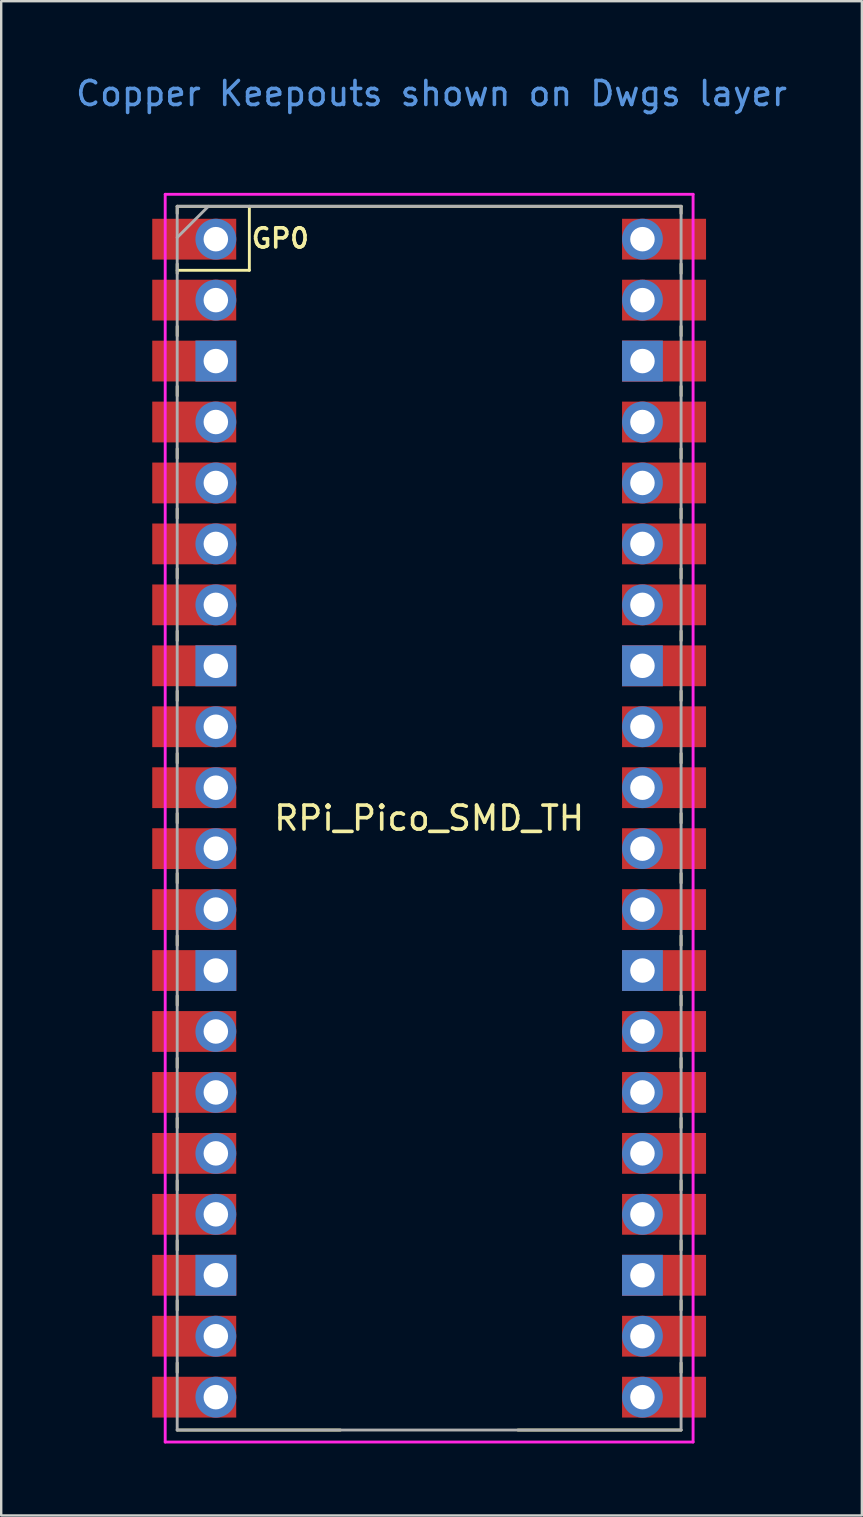
<source format=kicad_pcb>
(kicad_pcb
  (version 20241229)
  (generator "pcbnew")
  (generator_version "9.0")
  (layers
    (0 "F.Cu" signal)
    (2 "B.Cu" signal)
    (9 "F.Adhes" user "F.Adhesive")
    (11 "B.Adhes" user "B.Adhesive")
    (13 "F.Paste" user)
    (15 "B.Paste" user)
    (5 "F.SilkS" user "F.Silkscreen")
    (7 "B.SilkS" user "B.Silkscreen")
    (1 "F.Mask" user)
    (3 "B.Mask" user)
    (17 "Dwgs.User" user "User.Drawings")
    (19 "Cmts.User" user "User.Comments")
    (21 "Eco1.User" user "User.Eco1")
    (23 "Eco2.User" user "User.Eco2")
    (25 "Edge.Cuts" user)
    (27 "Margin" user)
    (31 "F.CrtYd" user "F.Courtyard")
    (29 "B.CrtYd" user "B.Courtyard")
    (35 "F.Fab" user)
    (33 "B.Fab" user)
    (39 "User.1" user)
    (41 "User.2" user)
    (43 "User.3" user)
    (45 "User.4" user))
  (footprint "RPi_Pico_SMD_TH"
    (layer "F.Cu")
    (at 14.835 31.048)
    (property "Reference" "RPi_Pico_SMD_TH" (at 0 0 0) (layer "F.SilkS") (effects (font (size 1 1) (thickness 0.15))))
    (attr through_hole)
    (fp_line (start -10.5 -25.5) (end -10.5 -25.2) (stroke (width 0.12) (type solid)) (layer "F.SilkS"))
    (fp_line (start -10.5 -25.5) (end 10.5 -25.5) (stroke (width 0.12) (type solid)) (layer "F.SilkS"))
    (fp_line (start -10.5 -23.1) (end -10.5 -22.7) (stroke (width 0.12) (type solid)) (layer "F.SilkS"))
    (fp_line (start -10.5 -22.833) (end -7.493 -22.833) (stroke (width 0.12) (type solid)) (layer "F.SilkS"))
    (fp_line (start -10.5 -20.5) (end -10.5 -20.1) (stroke (width 0.12) (type solid)) (layer "F.SilkS"))
    (fp_line (start -10.5 -18) (end -10.5 -17.6) (stroke (width 0.12) (type solid)) (layer "F.SilkS"))
    (fp_line (start -10.5 -15.4) (end -10.5 -15) (stroke (width 0.12) (type solid)) (layer "F.SilkS"))
    (fp_line (start -10.5 -12.9) (end -10.5 -12.5) (stroke (width 0.12) (type solid)) (layer "F.SilkS"))
    (fp_line (start -10.5 -10.4) (end -10.5 -10) (stroke (width 0.12) (type solid)) (layer "F.SilkS"))
    (fp_line (start -10.5 -7.8) (end -10.5 -7.4) (stroke (width 0.12) (type solid)) (layer "F.SilkS"))
    (fp_line (start -10.5 -5.3) (end -10.5 -4.9) (stroke (width 0.12) (type solid)) (layer "F.SilkS"))
    (fp_line (start -10.5 -2.7) (end -10.5 -2.3) (stroke (width 0.12) (type solid)) (layer "F.SilkS"))
    (fp_line (start -10.5 -0.2) (end -10.5 0.2) (stroke (width 0.12) (type solid)) (layer "F.SilkS"))
    (fp_line (start -10.5 2.3) (end -10.5 2.7) (stroke (width 0.12) (type solid)) (layer "F.SilkS"))
    (fp_line (start -10.5 4.9) (end -10.5 5.3) (stroke (width 0.12) (type solid)) (layer "F.SilkS"))
    (fp_line (start -10.5 7.4) (end -10.5 7.8) (stroke (width 0.12) (type solid)) (layer "F.SilkS"))
    (fp_line (start -10.5 10) (end -10.5 10.4) (stroke (width 0.12) (type solid)) (layer "F.SilkS"))
    (fp_line (start -10.5 12.5) (end -10.5 12.9) (stroke (width 0.12) (type solid)) (layer "F.SilkS"))
    (fp_line (start -10.5 15.1) (end -10.5 15.5) (stroke (width 0.12) (type solid)) (layer "F.SilkS"))
    (fp_line (start -10.5 17.6) (end -10.5 18) (stroke (width 0.12) (type solid)) (layer "F.SilkS"))
    (fp_line (start -10.5 20.1) (end -10.5 20.5) (stroke (width 0.12) (type solid)) (layer "F.SilkS"))
    (fp_line (start -10.5 22.7) (end -10.5 23.1) (stroke (width 0.12) (type solid)) (layer "F.SilkS"))
    (fp_line (start -7.493 -22.833) (end -7.493 -25.5) (stroke (width 0.12) (type solid)) (layer "F.SilkS"))
    (fp_line (start -3.7 25.5) (end -10.5 25.5) (stroke (width 0.12) (type solid)) (layer "F.SilkS"))
    (fp_line (start 10.5 -25.5) (end 10.5 -25.2) (stroke (width 0.12) (type solid)) (layer "F.SilkS"))
    (fp_line (start 10.5 -23.1) (end 10.5 -22.7) (stroke (width 0.12) (type solid)) (layer "F.SilkS"))
    (fp_line (start 10.5 -20.5) (end 10.5 -20.1) (stroke (width 0.12) (type solid)) (layer "F.SilkS"))
    (fp_line (start 10.5 -18) (end 10.5 -17.6) (stroke (width 0.12) (type solid)) (layer "F.SilkS"))
    (fp_line (start 10.5 -15.4) (end 10.5 -15) (stroke (width 0.12) (type solid)) (layer "F.SilkS"))
    (fp_line (start 10.5 -12.9) (end 10.5 -12.5) (stroke (width 0.12) (type solid)) (layer "F.SilkS"))
    (fp_line (start 10.5 -10.4) (end 10.5 -10) (stroke (width 0.12) (type solid)) (layer "F.SilkS"))
    (fp_line (start 10.5 -7.8) (end 10.5 -7.4) (stroke (width 0.12) (type solid)) (layer "F.SilkS"))
    (fp_line (start 10.5 -5.3) (end 10.5 -4.9) (stroke (width 0.12) (type solid)) (layer "F.SilkS"))
    (fp_line (start 10.5 -2.7) (end 10.5 -2.3) (stroke (width 0.12) (type solid)) (layer "F.SilkS"))
    (fp_line (start 10.5 -0.2) (end 10.5 0.2) (stroke (width 0.12) (type solid)) (layer "F.SilkS"))
    (fp_line (start 10.5 2.3) (end 10.5 2.7) (stroke (width 0.12) (type solid)) (layer "F.SilkS"))
    (fp_line (start 10.5 4.9) (end 10.5 5.3) (stroke (width 0.12) (type solid)) (layer "F.SilkS"))
    (fp_line (start 10.5 7.4) (end 10.5 7.8) (stroke (width 0.12) (type solid)) (layer "F.SilkS"))
    (fp_line (start 10.5 10) (end 10.5 10.4) (stroke (width 0.12) (type solid)) (layer "F.SilkS"))
    (fp_line (start 10.5 12.5) (end 10.5 12.9) (stroke (width 0.12) (type solid)) (layer "F.SilkS"))
    (fp_line (start 10.5 15.1) (end 10.5 15.5) (stroke (width 0.12) (type solid)) (layer "F.SilkS"))
    (fp_line (start 10.5 17.6) (end 10.5 18) (stroke (width 0.12) (type solid)) (layer "F.SilkS"))
    (fp_line (start 10.5 20.1) (end 10.5 20.5) (stroke (width 0.12) (type solid)) (layer "F.SilkS"))
    (fp_line (start 10.5 22.7) (end 10.5 23.1) (stroke (width 0.12) (type solid)) (layer "F.SilkS"))
    (fp_line (start 10.5 25.5) (end 3.7 25.5) (stroke (width 0.12) (type solid)) (layer "F.SilkS"))
    (fp_line (start -11 -26) (end 11 -26) (stroke (width 0.12) (type solid)) (layer "F.CrtYd"))
    (fp_line (start -11 26) (end -11 -26) (stroke (width 0.12) (type solid)) (layer "F.CrtYd"))
    (fp_line (start 11 -26) (end 11 26) (stroke (width 0.12) (type solid)) (layer "F.CrtYd"))
    (fp_line (start 11 26) (end -11 26) (stroke (width 0.12) (type solid)) (layer "F.CrtYd"))
    (fp_line (start -10.5 -25.5) (end 10.5 -25.5) (stroke (width 0.12) (type solid)) (layer "F.Fab"))
    (fp_line (start -10.5 -24.2) (end -9.2 -25.5) (stroke (width 0.12) (type solid)) (layer "F.Fab"))
    (fp_line (start -10.5 25.5) (end -10.5 -25.5) (stroke (width 0.12) (type solid)) (layer "F.Fab"))
    (fp_line (start 10.5 -25.5) (end 10.5 25.5) (stroke (width 0.12) (type solid)) (layer "F.Fab"))
    (fp_line (start 10.5 25.5) (end -10.5 25.5) (stroke (width 0.12) (type solid)) (layer "F.Fab"))
    (fp_text user "GP0" (at -6.203 -24.166 0) (layer "F.SilkS") (effects (font (size 0.8 0.8) (thickness 0.15))))
    (fp_text user "Copper Keepouts shown on Dwgs layer" (at 0.1 -30.2 0) (layer "Cmts.User") (effects (font (size 1 1) (thickness 0.15))))
    (pad "1" thru_hole oval (at -8.89 -24.13) (size 1.7 1.7) (drill 1.02) (layers "*.Cu" "*.Mask"))
    (pad "1" smd rect (at -8.89 -24.13) (size 3.5 1.7) (drill (offset -0.9 0)) (layers "F.Cu" "F.Mask"))
    (pad "2" thru_hole oval (at -8.89 -21.59) (size 1.7 1.7) (drill 1.02) (layers "*.Cu" "*.Mask"))
    (pad "2" smd rect (at -8.89 -21.59) (size 3.5 1.7) (drill (offset -0.9 0)) (layers "F.Cu" "F.Mask"))
    (pad "3" thru_hole rect (at -8.89 -19.05) (size 1.7 1.7) (drill 1.02) (layers "*.Cu" "*.Mask"))
    (pad "3" smd rect (at -8.89 -19.05) (size 3.5 1.7) (drill (offset -0.9 0)) (layers "F.Cu" "F.Mask"))
    (pad "4" thru_hole oval (at -8.89 -16.51) (size 1.7 1.7) (drill 1.02) (layers "*.Cu" "*.Mask"))
    (pad "4" smd rect (at -8.89 -16.51) (size 3.5 1.7) (drill (offset -0.9 0)) (layers "F.Cu" "F.Mask"))
    (pad "5" thru_hole oval (at -8.89 -13.97) (size 1.7 1.7) (drill 1.02) (layers "*.Cu" "*.Mask"))
    (pad "5" smd rect (at -8.89 -13.97) (size 3.5 1.7) (drill (offset -0.9 0)) (layers "F.Cu" "F.Mask"))
    (pad "6" thru_hole oval (at -8.89 -11.43) (size 1.7 1.7) (drill 1.02) (layers "*.Cu" "*.Mask"))
    (pad "6" smd rect (at -8.89 -11.43) (size 3.5 1.7) (drill (offset -0.9 0)) (layers "F.Cu" "F.Mask"))
    (pad "7" thru_hole oval (at -8.89 -8.89) (size 1.7 1.7) (drill 1.02) (layers "*.Cu" "*.Mask"))
    (pad "7" smd rect (at -8.89 -8.89) (size 3.5 1.7) (drill (offset -0.9 0)) (layers "F.Cu" "F.Mask"))
    (pad "8" thru_hole rect (at -8.89 -6.35) (size 1.7 1.7) (drill 1.02) (layers "*.Cu" "*.Mask"))
    (pad "8" smd rect (at -8.89 -6.35) (size 3.5 1.7) (drill (offset -0.9 0)) (layers "F.Cu" "F.Mask"))
    (pad "9" thru_hole oval (at -8.89 -3.81) (size 1.7 1.7) (drill 1.02) (layers "*.Cu" "*.Mask"))
    (pad "9" smd rect (at -8.89 -3.81) (size 3.5 1.7) (drill (offset -0.9 0)) (layers "F.Cu" "F.Mask"))
    (pad "10" thru_hole oval (at -8.89 -1.27) (size 1.7 1.7) (drill 1.02) (layers "*.Cu" "*.Mask"))
    (pad "10" smd rect (at -8.89 -1.27) (size 3.5 1.7) (drill (offset -0.9 0)) (layers "F.Cu" "F.Mask"))
    (pad "11" thru_hole oval (at -8.89 1.27) (size 1.7 1.7) (drill 1.02) (layers "*.Cu" "*.Mask"))
    (pad "11" smd rect (at -8.89 1.27) (size 3.5 1.7) (drill (offset -0.9 0)) (layers "F.Cu" "F.Mask"))
    (pad "12" thru_hole oval (at -8.89 3.81) (size 1.7 1.7) (drill 1.02) (layers "*.Cu" "*.Mask"))
    (pad "12" smd rect (at -8.89 3.81) (size 3.5 1.7) (drill (offset -0.9 0)) (layers "F.Cu" "F.Mask"))
    (pad "13" thru_hole rect (at -8.89 6.35) (size 1.7 1.7) (drill 1.02) (layers "*.Cu" "*.Mask"))
    (pad "13" smd rect (at -8.89 6.35) (size 3.5 1.7) (drill (offset -0.9 0)) (layers "F.Cu" "F.Mask"))
    (pad "14" thru_hole oval (at -8.89 8.89) (size 1.7 1.7) (drill 1.02) (layers "*.Cu" "*.Mask"))
    (pad "14" smd rect (at -8.89 8.89) (size 3.5 1.7) (drill (offset -0.9 0)) (layers "F.Cu" "F.Mask"))
    (pad "15" thru_hole oval (at -8.89 11.43) (size 1.7 1.7) (drill 1.02) (layers "*.Cu" "*.Mask"))
    (pad "15" smd rect (at -8.89 11.43) (size 3.5 1.7) (drill (offset -0.9 0)) (layers "F.Cu" "F.Mask"))
    (pad "16" thru_hole oval (at -8.89 13.97) (size 1.7 1.7) (drill 1.02) (layers "*.Cu" "*.Mask"))
    (pad "16" smd rect (at -8.89 13.97) (size 3.5 1.7) (drill (offset -0.9 0)) (layers "F.Cu" "F.Mask"))
    (pad "17" thru_hole oval (at -8.89 16.51) (size 1.7 1.7) (drill 1.02) (layers "*.Cu" "*.Mask"))
    (pad "17" smd rect (at -8.89 16.51) (size 3.5 1.7) (drill (offset -0.9 0)) (layers "F.Cu" "F.Mask"))
    (pad "18" thru_hole rect (at -8.89 19.05) (size 1.7 1.7) (drill 1.02) (layers "*.Cu" "*.Mask"))
    (pad "18" smd rect (at -8.89 19.05) (size 3.5 1.7) (drill (offset -0.9 0)) (layers "F.Cu" "F.Mask"))
    (pad "19" thru_hole oval (at -8.89 21.59) (size 1.7 1.7) (drill 1.02) (layers "*.Cu" "*.Mask"))
    (pad "19" smd rect (at -8.89 21.59) (size 3.5 1.7) (drill (offset -0.9 0)) (layers "F.Cu" "F.Mask"))
    (pad "20" thru_hole oval (at -8.89 24.13) (size 1.7 1.7) (drill 1.02) (layers "*.Cu" "*.Mask"))
    (pad "20" smd rect (at -8.89 24.13) (size 3.5 1.7) (drill (offset -0.9 0)) (layers "F.Cu" "F.Mask"))
    (pad "21" thru_hole oval (at 8.89 24.13) (size 1.7 1.7) (drill 1.02) (layers "*.Cu" "*.Mask"))
    (pad "21" smd rect (at 8.89 24.13) (size 3.5 1.7) (drill (offset 0.9 0)) (layers "F.Cu" "F.Mask"))
    (pad "22" thru_hole oval (at 8.89 21.59) (size 1.7 1.7) (drill 1.02) (layers "*.Cu" "*.Mask"))
    (pad "22" smd rect (at 8.89 21.59) (size 3.5 1.7) (drill (offset 0.9 0)) (layers "F.Cu" "F.Mask"))
    (pad "23" thru_hole rect (at 8.89 19.05) (size 1.7 1.7) (drill 1.02) (layers "*.Cu" "*.Mask"))
    (pad "23" smd rect (at 8.89 19.05) (size 3.5 1.7) (drill (offset 0.9 0)) (layers "F.Cu" "F.Mask"))
    (pad "24" thru_hole oval (at 8.89 16.51) (size 1.7 1.7) (drill 1.02) (layers "*.Cu" "*.Mask"))
    (pad "24" smd rect (at 8.89 16.51) (size 3.5 1.7) (drill (offset 0.9 0)) (layers "F.Cu" "F.Mask"))
    (pad "25" thru_hole oval (at 8.89 13.97) (size 1.7 1.7) (drill 1.02) (layers "*.Cu" "*.Mask"))
    (pad "25" smd rect (at 8.89 13.97) (size 3.5 1.7) (drill (offset 0.9 0)) (layers "F.Cu" "F.Mask"))
    (pad "26" thru_hole oval (at 8.89 11.43) (size 1.7 1.7) (drill 1.02) (layers "*.Cu" "*.Mask"))
    (pad "26" smd rect (at 8.89 11.43) (size 3.5 1.7) (drill (offset 0.9 0)) (layers "F.Cu" "F.Mask"))
    (pad "27" thru_hole oval (at 8.89 8.89) (size 1.7 1.7) (drill 1.02) (layers "*.Cu" "*.Mask"))
    (pad "27" smd rect (at 8.89 8.89) (size 3.5 1.7) (drill (offset 0.9 0)) (layers "F.Cu" "F.Mask"))
    (pad "28" thru_hole rect (at 8.89 6.35) (size 1.7 1.7) (drill 1.02) (layers "*.Cu" "*.Mask"))
    (pad "28" smd rect (at 8.89 6.35) (size 3.5 1.7) (drill (offset 0.9 0)) (layers "F.Cu" "F.Mask"))
    (pad "29" thru_hole oval (at 8.89 3.81) (size 1.7 1.7) (drill 1.02) (layers "*.Cu" "*.Mask"))
    (pad "29" smd rect (at 8.89 3.81) (size 3.5 1.7) (drill (offset 0.9 0)) (layers "F.Cu" "F.Mask"))
    (pad "30" thru_hole oval (at 8.89 1.27) (size 1.7 1.7) (drill 1.02) (layers "*.Cu" "*.Mask"))
    (pad "30" smd rect (at 8.89 1.27) (size 3.5 1.7) (drill (offset 0.9 0)) (layers "F.Cu" "F.Mask"))
    (pad "31" thru_hole oval (at 8.89 -1.27) (size 1.7 1.7) (drill 1.02) (layers "*.Cu" "*.Mask"))
    (pad "31" smd rect (at 8.89 -1.27) (size 3.5 1.7) (drill (offset 0.9 0)) (layers "F.Cu" "F.Mask"))
    (pad "32" thru_hole oval (at 8.89 -3.81) (size 1.7 1.7) (drill 1.02) (layers "*.Cu" "*.Mask"))
    (pad "32" smd rect (at 8.89 -3.81) (size 3.5 1.7) (drill (offset 0.9 0)) (layers "F.Cu" "F.Mask"))
    (pad "33" thru_hole rect (at 8.89 -6.35) (size 1.7 1.7) (drill 1.02) (layers "*.Cu" "*.Mask"))
    (pad "33" smd rect (at 8.89 -6.35) (size 3.5 1.7) (drill (offset 0.9 0)) (layers "F.Cu" "F.Mask"))
    (pad "34" thru_hole oval (at 8.89 -8.89) (size 1.7 1.7) (drill 1.02) (layers "*.Cu" "*.Mask"))
    (pad "34" smd rect (at 8.89 -8.89) (size 3.5 1.7) (drill (offset 0.9 0)) (layers "F.Cu" "F.Mask"))
    (pad "35" thru_hole oval (at 8.89 -11.43) (size 1.7 1.7) (drill 1.02) (layers "*.Cu" "*.Mask"))
    (pad "35" smd rect (at 8.89 -11.43) (size 3.5 1.7) (drill (offset 0.9 0)) (layers "F.Cu" "F.Mask"))
    (pad "36" thru_hole oval (at 8.89 -13.97) (size 1.7 1.7) (drill 1.02) (layers "*.Cu" "*.Mask"))
    (pad "36" smd rect (at 8.89 -13.97) (size 3.5 1.7) (drill (offset 0.9 0)) (layers "F.Cu" "F.Mask"))
    (pad "37" thru_hole oval (at 8.89 -16.51) (size 1.7 1.7) (drill 1.02) (layers "*.Cu" "*.Mask"))
    (pad "37" smd rect (at 8.89 -16.51) (size 3.5 1.7) (drill (offset 0.9 0)) (layers "F.Cu" "F.Mask"))
    (pad "38" thru_hole rect (at 8.89 -19.05) (size 1.7 1.7) (drill 1.02) (layers "*.Cu" "*.Mask"))
    (pad "38" smd rect (at 8.89 -19.05) (size 3.5 1.7) (drill (offset 0.9 0)) (layers "F.Cu" "F.Mask"))
    (pad "39" thru_hole oval (at 8.89 -21.59) (size 1.7 1.7) (drill 1.02) (layers "*.Cu" "*.Mask"))
    (pad "39" smd rect (at 8.89 -21.59) (size 3.5 1.7) (drill (offset 0.9 0)) (layers "F.Cu" "F.Mask"))
    (pad "40" thru_hole oval (at 8.89 -24.13) (size 1.7 1.7) (drill 1.02) (layers "*.Cu" "*.Mask"))
    (pad "40" smd rect (at 8.89 -24.13) (size 3.5 1.7) (drill (offset 0.9 0)) (layers "F.Cu" "F.Mask")))
  (gr_rect
    (start -3 -3)
    (end 32.869 60.108)
    (stroke (width 0.1) (type default))
    (fill no)
    (layer "Edge.Cuts")))
</source>
